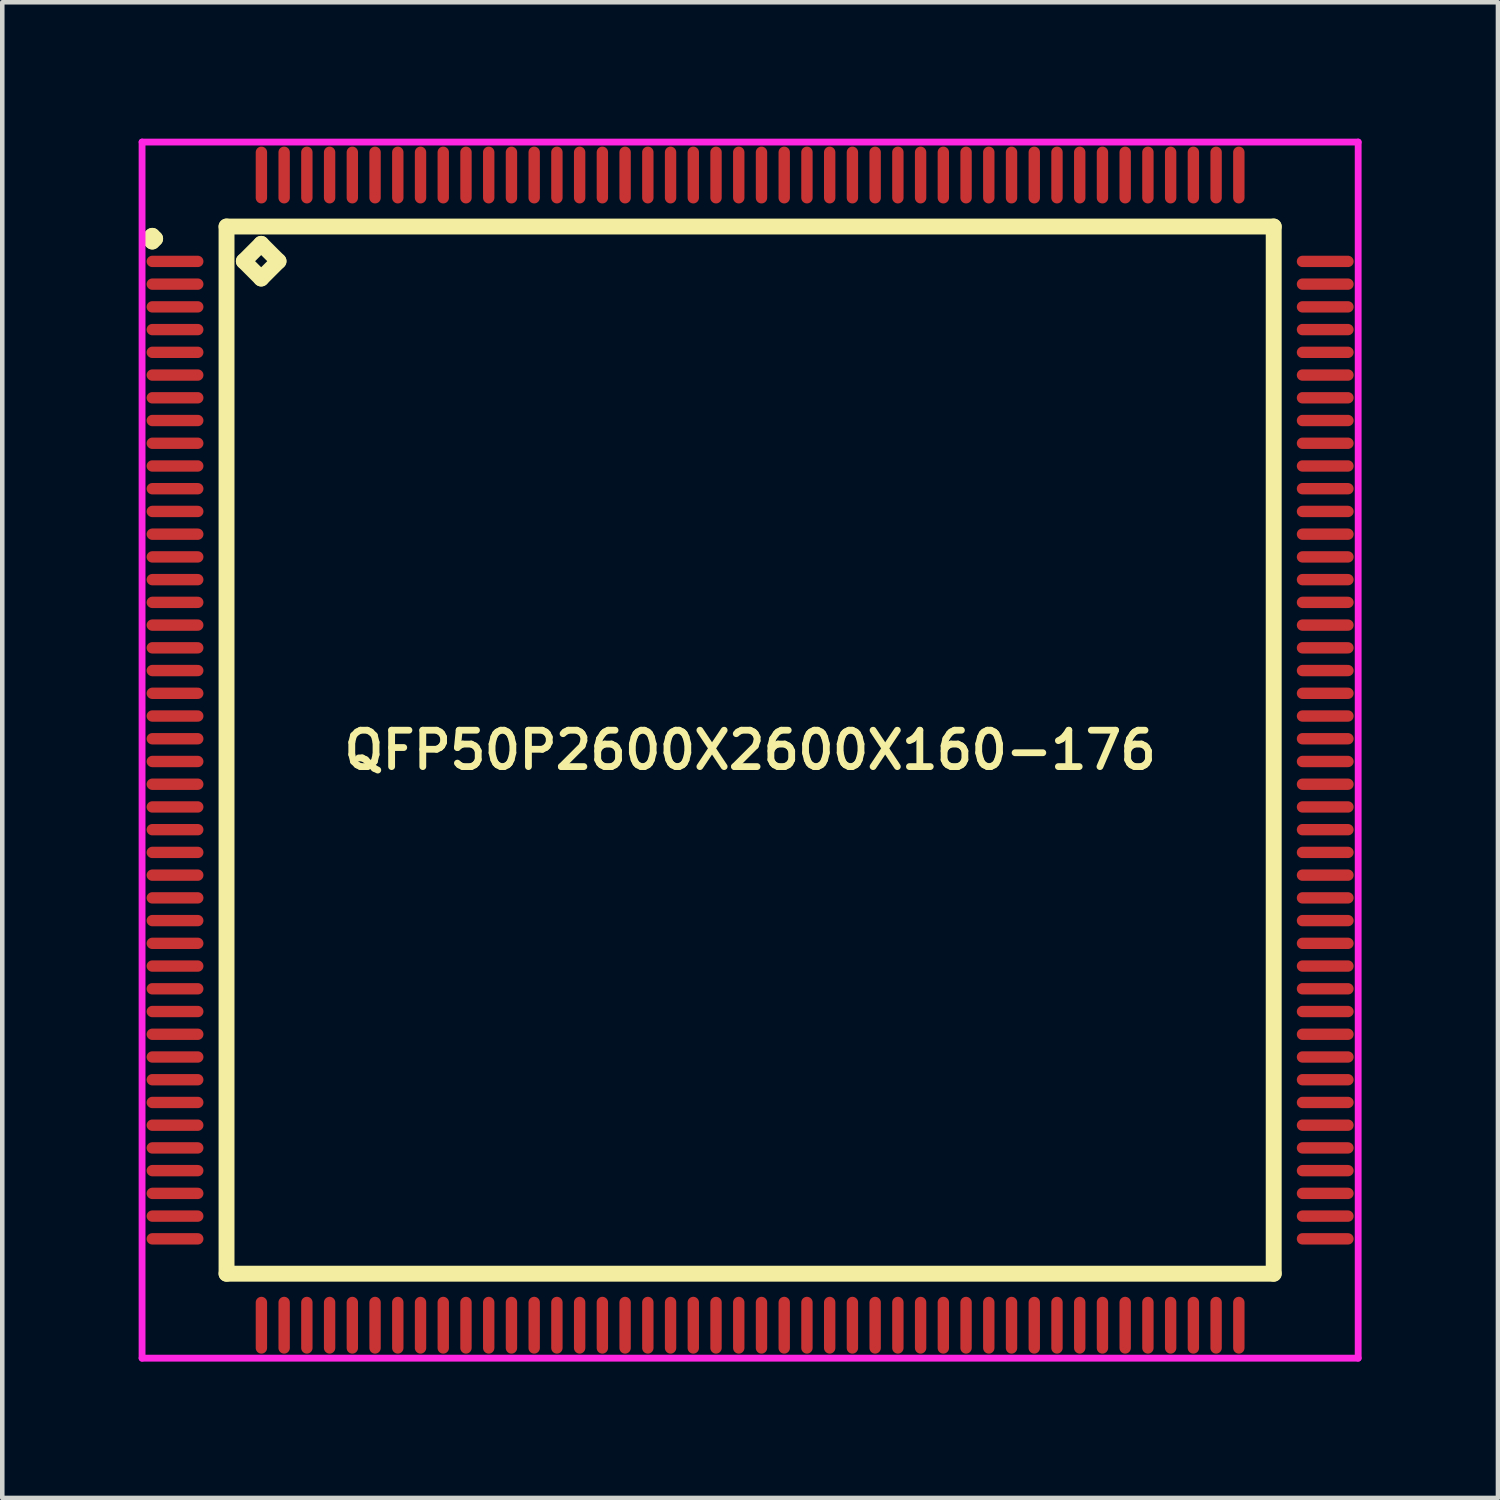
<source format=kicad_pcb>
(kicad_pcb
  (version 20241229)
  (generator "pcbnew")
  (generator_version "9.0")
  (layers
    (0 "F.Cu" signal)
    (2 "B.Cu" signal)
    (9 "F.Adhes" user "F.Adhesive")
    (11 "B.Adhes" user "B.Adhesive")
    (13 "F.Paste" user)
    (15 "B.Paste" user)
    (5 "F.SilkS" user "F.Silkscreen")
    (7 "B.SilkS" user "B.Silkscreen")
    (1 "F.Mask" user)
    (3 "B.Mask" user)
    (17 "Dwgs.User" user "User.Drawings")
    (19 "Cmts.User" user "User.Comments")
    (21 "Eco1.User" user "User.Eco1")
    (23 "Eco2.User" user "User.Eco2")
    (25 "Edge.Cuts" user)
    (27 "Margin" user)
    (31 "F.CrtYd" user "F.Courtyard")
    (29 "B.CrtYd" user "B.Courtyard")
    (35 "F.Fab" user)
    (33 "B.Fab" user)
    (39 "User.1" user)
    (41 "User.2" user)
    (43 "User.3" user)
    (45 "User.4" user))
  (footprint "QFP50P2600X2600X160-176"
    (layer "F.Cu")
    (at 13.45 13.45)
    (property "Reference" "QFP50P2600X2600X160-176" (at 0 0 0) (layer "F.SilkS") (effects (font (size 0.8 0.8) (thickness 0.15))))
    (attr through_hole)
    (fp_line (start -13.213 -11.25) (end -13.15 -11.312) (stroke (width 0.35) (type solid)) (layer "F.SilkS"))
    (fp_line (start -13.15 -11.312) (end -13.088 -11.25) (stroke (width 0.35) (type solid)) (layer "F.SilkS"))
    (fp_line (start -13.15 -11.188) (end -13.213 -11.25) (stroke (width 0.35) (type solid)) (layer "F.SilkS"))
    (fp_line (start -13.088 -11.25) (end -13.15 -11.188) (stroke (width 0.35) (type solid)) (layer "F.SilkS"))
    (fp_line (start -11.517 -11.517) (end -11.517 11.517) (stroke (width 0.35) (type solid)) (layer "F.SilkS"))
    (fp_line (start -11.517 11.517) (end 11.517 11.517) (stroke (width 0.35) (type solid)) (layer "F.SilkS"))
    (fp_line (start -11.136 -10.755) (end -10.755 -11.136) (stroke (width 0.35) (type solid)) (layer "F.SilkS"))
    (fp_line (start -10.755 -11.136) (end -10.374 -10.755) (stroke (width 0.35) (type solid)) (layer "F.SilkS"))
    (fp_line (start -10.755 -10.374) (end -11.136 -10.755) (stroke (width 0.35) (type solid)) (layer "F.SilkS"))
    (fp_line (start -10.374 -10.755) (end -10.755 -10.374) (stroke (width 0.35) (type solid)) (layer "F.SilkS"))
    (fp_line (start 11.517 -11.517) (end -11.517 -11.517) (stroke (width 0.35) (type solid)) (layer "F.SilkS"))
    (fp_line (start 11.517 11.517) (end 11.517 -11.517) (stroke (width 0.35) (type solid)) (layer "F.SilkS"))
    (fp_line (start -13.375 -13.375) (end 13.375 -13.375) (stroke (width 0.15) (type solid)) (layer "F.CrtYd"))
    (fp_line (start -13.375 13.375) (end -13.375 -13.375) (stroke (width 0.15) (type solid)) (layer "F.CrtYd"))
    (fp_line (start 13.375 -13.375) (end 13.375 13.375) (stroke (width 0.15) (type solid)) (layer "F.CrtYd"))
    (fp_line (start 13.375 13.375) (end -13.375 13.375) (stroke (width 0.15) (type solid)) (layer "F.CrtYd"))
    (pad "1" smd oval (at -12.65 -10.75) (size 1.25 0.25) (layers "F.Cu" "F.Mask" "F.Paste"))
    (pad "2" smd oval (at -12.65 -10.25) (size 1.25 0.25) (layers "F.Cu" "F.Mask" "F.Paste"))
    (pad "3" smd oval (at -12.65 -9.75) (size 1.25 0.25) (layers "F.Cu" "F.Mask" "F.Paste"))
    (pad "4" smd oval (at -12.65 -9.25) (size 1.25 0.25) (layers "F.Cu" "F.Mask" "F.Paste"))
    (pad "5" smd oval (at -12.65 -8.75) (size 1.25 0.25) (layers "F.Cu" "F.Mask" "F.Paste"))
    (pad "6" smd oval (at -12.65 -8.25) (size 1.25 0.25) (layers "F.Cu" "F.Mask" "F.Paste"))
    (pad "7" smd oval (at -12.65 -7.75) (size 1.25 0.25) (layers "F.Cu" "F.Mask" "F.Paste"))
    (pad "8" smd oval (at -12.65 -7.25) (size 1.25 0.25) (layers "F.Cu" "F.Mask" "F.Paste"))
    (pad "9" smd oval (at -12.65 -6.75) (size 1.25 0.25) (layers "F.Cu" "F.Mask" "F.Paste"))
    (pad "10" smd oval (at -12.65 -6.25) (size 1.25 0.25) (layers "F.Cu" "F.Mask" "F.Paste"))
    (pad "11" smd oval (at -12.65 -5.75) (size 1.25 0.25) (layers "F.Cu" "F.Mask" "F.Paste"))
    (pad "12" smd oval (at -12.65 -5.25) (size 1.25 0.25) (layers "F.Cu" "F.Mask" "F.Paste"))
    (pad "13" smd oval (at -12.65 -4.75) (size 1.25 0.25) (layers "F.Cu" "F.Mask" "F.Paste"))
    (pad "14" smd oval (at -12.65 -4.25) (size 1.25 0.25) (layers "F.Cu" "F.Mask" "F.Paste"))
    (pad "15" smd oval (at -12.65 -3.75) (size 1.25 0.25) (layers "F.Cu" "F.Mask" "F.Paste"))
    (pad "16" smd oval (at -12.65 -3.25) (size 1.25 0.25) (layers "F.Cu" "F.Mask" "F.Paste"))
    (pad "17" smd oval (at -12.65 -2.75) (size 1.25 0.25) (layers "F.Cu" "F.Mask" "F.Paste"))
    (pad "18" smd oval (at -12.65 -2.25) (size 1.25 0.25) (layers "F.Cu" "F.Mask" "F.Paste"))
    (pad "19" smd oval (at -12.65 -1.75) (size 1.25 0.25) (layers "F.Cu" "F.Mask" "F.Paste"))
    (pad "20" smd oval (at -12.65 -1.25) (size 1.25 0.25) (layers "F.Cu" "F.Mask" "F.Paste"))
    (pad "21" smd oval (at -12.65 -0.75) (size 1.25 0.25) (layers "F.Cu" "F.Mask" "F.Paste"))
    (pad "22" smd oval (at -12.65 -0.25) (size 1.25 0.25) (layers "F.Cu" "F.Mask" "F.Paste"))
    (pad "23" smd oval (at -12.65 0.25) (size 1.25 0.25) (layers "F.Cu" "F.Mask" "F.Paste"))
    (pad "24" smd oval (at -12.65 0.75) (size 1.25 0.25) (layers "F.Cu" "F.Mask" "F.Paste"))
    (pad "25" smd oval (at -12.65 1.25) (size 1.25 0.25) (layers "F.Cu" "F.Mask" "F.Paste"))
    (pad "26" smd oval (at -12.65 1.75) (size 1.25 0.25) (layers "F.Cu" "F.Mask" "F.Paste"))
    (pad "27" smd oval (at -12.65 2.25) (size 1.25 0.25) (layers "F.Cu" "F.Mask" "F.Paste"))
    (pad "28" smd oval (at -12.65 2.75) (size 1.25 0.25) (layers "F.Cu" "F.Mask" "F.Paste"))
    (pad "29" smd oval (at -12.65 3.25) (size 1.25 0.25) (layers "F.Cu" "F.Mask" "F.Paste"))
    (pad "30" smd oval (at -12.65 3.75) (size 1.25 0.25) (layers "F.Cu" "F.Mask" "F.Paste"))
    (pad "31" smd oval (at -12.65 4.25) (size 1.25 0.25) (layers "F.Cu" "F.Mask" "F.Paste"))
    (pad "32" smd oval (at -12.65 4.75) (size 1.25 0.25) (layers "F.Cu" "F.Mask" "F.Paste"))
    (pad "33" smd oval (at -12.65 5.25) (size 1.25 0.25) (layers "F.Cu" "F.Mask" "F.Paste"))
    (pad "34" smd oval (at -12.65 5.75) (size 1.25 0.25) (layers "F.Cu" "F.Mask" "F.Paste"))
    (pad "35" smd oval (at -12.65 6.25) (size 1.25 0.25) (layers "F.Cu" "F.Mask" "F.Paste"))
    (pad "36" smd oval (at -12.65 6.75) (size 1.25 0.25) (layers "F.Cu" "F.Mask" "F.Paste"))
    (pad "37" smd oval (at -12.65 7.25) (size 1.25 0.25) (layers "F.Cu" "F.Mask" "F.Paste"))
    (pad "38" smd oval (at -12.65 7.75) (size 1.25 0.25) (layers "F.Cu" "F.Mask" "F.Paste"))
    (pad "39" smd oval (at -12.65 8.25) (size 1.25 0.25) (layers "F.Cu" "F.Mask" "F.Paste"))
    (pad "40" smd oval (at -12.65 8.75) (size 1.25 0.25) (layers "F.Cu" "F.Mask" "F.Paste"))
    (pad "41" smd oval (at -12.65 9.25) (size 1.25 0.25) (layers "F.Cu" "F.Mask" "F.Paste"))
    (pad "42" smd oval (at -12.65 9.75) (size 1.25 0.25) (layers "F.Cu" "F.Mask" "F.Paste"))
    (pad "43" smd oval (at -12.65 10.25) (size 1.25 0.25) (layers "F.Cu" "F.Mask" "F.Paste"))
    (pad "44" smd oval (at -12.65 10.75) (size 1.25 0.25) (layers "F.Cu" "F.Mask" "F.Paste"))
    (pad "45" smd oval (at -10.75 12.65) (size 0.25 1.25) (layers "F.Cu" "F.Mask" "F.Paste"))
    (pad "46" smd oval (at -10.25 12.65) (size 0.25 1.25) (layers "F.Cu" "F.Mask" "F.Paste"))
    (pad "47" smd oval (at -9.75 12.65) (size 0.25 1.25) (layers "F.Cu" "F.Mask" "F.Paste"))
    (pad "48" smd oval (at -9.25 12.65) (size 0.25 1.25) (layers "F.Cu" "F.Mask" "F.Paste"))
    (pad "49" smd oval (at -8.75 12.65) (size 0.25 1.25) (layers "F.Cu" "F.Mask" "F.Paste"))
    (pad "50" smd oval (at -8.25 12.65) (size 0.25 1.25) (layers "F.Cu" "F.Mask" "F.Paste"))
    (pad "51" smd oval (at -7.75 12.65) (size 0.25 1.25) (layers "F.Cu" "F.Mask" "F.Paste"))
    (pad "52" smd oval (at -7.25 12.65) (size 0.25 1.25) (layers "F.Cu" "F.Mask" "F.Paste"))
    (pad "53" smd oval (at -6.75 12.65) (size 0.25 1.25) (layers "F.Cu" "F.Mask" "F.Paste"))
    (pad "54" smd oval (at -6.25 12.65) (size 0.25 1.25) (layers "F.Cu" "F.Mask" "F.Paste"))
    (pad "55" smd oval (at -5.75 12.65) (size 0.25 1.25) (layers "F.Cu" "F.Mask" "F.Paste"))
    (pad "56" smd oval (at -5.25 12.65) (size 0.25 1.25) (layers "F.Cu" "F.Mask" "F.Paste"))
    (pad "57" smd oval (at -4.75 12.65) (size 0.25 1.25) (layers "F.Cu" "F.Mask" "F.Paste"))
    (pad "58" smd oval (at -4.25 12.65) (size 0.25 1.25) (layers "F.Cu" "F.Mask" "F.Paste"))
    (pad "59" smd oval (at -3.75 12.65) (size 0.25 1.25) (layers "F.Cu" "F.Mask" "F.Paste"))
    (pad "60" smd oval (at -3.25 12.65) (size 0.25 1.25) (layers "F.Cu" "F.Mask" "F.Paste"))
    (pad "61" smd oval (at -2.75 12.65) (size 0.25 1.25) (layers "F.Cu" "F.Mask" "F.Paste"))
    (pad "62" smd oval (at -2.25 12.65) (size 0.25 1.25) (layers "F.Cu" "F.Mask" "F.Paste"))
    (pad "63" smd oval (at -1.75 12.65) (size 0.25 1.25) (layers "F.Cu" "F.Mask" "F.Paste"))
    (pad "64" smd oval (at -1.25 12.65) (size 0.25 1.25) (layers "F.Cu" "F.Mask" "F.Paste"))
    (pad "65" smd oval (at -0.75 12.65) (size 0.25 1.25) (layers "F.Cu" "F.Mask" "F.Paste"))
    (pad "66" smd oval (at -0.25 12.65) (size 0.25 1.25) (layers "F.Cu" "F.Mask" "F.Paste"))
    (pad "67" smd oval (at 0.25 12.65) (size 0.25 1.25) (layers "F.Cu" "F.Mask" "F.Paste"))
    (pad "68" smd oval (at 0.75 12.65) (size 0.25 1.25) (layers "F.Cu" "F.Mask" "F.Paste"))
    (pad "69" smd oval (at 1.25 12.65) (size 0.25 1.25) (layers "F.Cu" "F.Mask" "F.Paste"))
    (pad "70" smd oval (at 1.75 12.65) (size 0.25 1.25) (layers "F.Cu" "F.Mask" "F.Paste"))
    (pad "71" smd oval (at 2.25 12.65) (size 0.25 1.25) (layers "F.Cu" "F.Mask" "F.Paste"))
    (pad "72" smd oval (at 2.75 12.65) (size 0.25 1.25) (layers "F.Cu" "F.Mask" "F.Paste"))
    (pad "73" smd oval (at 3.25 12.65) (size 0.25 1.25) (layers "F.Cu" "F.Mask" "F.Paste"))
    (pad "74" smd oval (at 3.75 12.65) (size 0.25 1.25) (layers "F.Cu" "F.Mask" "F.Paste"))
    (pad "75" smd oval (at 4.25 12.65) (size 0.25 1.25) (layers "F.Cu" "F.Mask" "F.Paste"))
    (pad "76" smd oval (at 4.75 12.65) (size 0.25 1.25) (layers "F.Cu" "F.Mask" "F.Paste"))
    (pad "77" smd oval (at 5.25 12.65) (size 0.25 1.25) (layers "F.Cu" "F.Mask" "F.Paste"))
    (pad "78" smd oval (at 5.75 12.65) (size 0.25 1.25) (layers "F.Cu" "F.Mask" "F.Paste"))
    (pad "79" smd oval (at 6.25 12.65) (size 0.25 1.25) (layers "F.Cu" "F.Mask" "F.Paste"))
    (pad "80" smd oval (at 6.75 12.65) (size 0.25 1.25) (layers "F.Cu" "F.Mask" "F.Paste"))
    (pad "81" smd oval (at 7.25 12.65) (size 0.25 1.25) (layers "F.Cu" "F.Mask" "F.Paste"))
    (pad "82" smd oval (at 7.75 12.65) (size 0.25 1.25) (layers "F.Cu" "F.Mask" "F.Paste"))
    (pad "83" smd oval (at 8.25 12.65) (size 0.25 1.25) (layers "F.Cu" "F.Mask" "F.Paste"))
    (pad "84" smd oval (at 8.75 12.65) (size 0.25 1.25) (layers "F.Cu" "F.Mask" "F.Paste"))
    (pad "85" smd oval (at 9.25 12.65) (size 0.25 1.25) (layers "F.Cu" "F.Mask" "F.Paste"))
    (pad "86" smd oval (at 9.75 12.65) (size 0.25 1.25) (layers "F.Cu" "F.Mask" "F.Paste"))
    (pad "87" smd oval (at 10.25 12.65) (size 0.25 1.25) (layers "F.Cu" "F.Mask" "F.Paste"))
    (pad "88" smd oval (at 10.75 12.65) (size 0.25 1.25) (layers "F.Cu" "F.Mask" "F.Paste"))
    (pad "89" smd oval (at 12.65 10.75) (size 1.25 0.25) (layers "F.Cu" "F.Mask" "F.Paste"))
    (pad "90" smd oval (at 12.65 10.25) (size 1.25 0.25) (layers "F.Cu" "F.Mask" "F.Paste"))
    (pad "91" smd oval (at 12.65 9.75) (size 1.25 0.25) (layers "F.Cu" "F.Mask" "F.Paste"))
    (pad "92" smd oval (at 12.65 9.25) (size 1.25 0.25) (layers "F.Cu" "F.Mask" "F.Paste"))
    (pad "93" smd oval (at 12.65 8.75) (size 1.25 0.25) (layers "F.Cu" "F.Mask" "F.Paste"))
    (pad "94" smd oval (at 12.65 8.25) (size 1.25 0.25) (layers "F.Cu" "F.Mask" "F.Paste"))
    (pad "95" smd oval (at 12.65 7.75) (size 1.25 0.25) (layers "F.Cu" "F.Mask" "F.Paste"))
    (pad "96" smd oval (at 12.65 7.25) (size 1.25 0.25) (layers "F.Cu" "F.Mask" "F.Paste"))
    (pad "97" smd oval (at 12.65 6.75) (size 1.25 0.25) (layers "F.Cu" "F.Mask" "F.Paste"))
    (pad "98" smd oval (at 12.65 6.25) (size 1.25 0.25) (layers "F.Cu" "F.Mask" "F.Paste"))
    (pad "99" smd oval (at 12.65 5.75) (size 1.25 0.25) (layers "F.Cu" "F.Mask" "F.Paste"))
    (pad "100" smd oval (at 12.65 5.25) (size 1.25 0.25) (layers "F.Cu" "F.Mask" "F.Paste"))
    (pad "101" smd oval (at 12.65 4.75) (size 1.25 0.25) (layers "F.Cu" "F.Mask" "F.Paste"))
    (pad "102" smd oval (at 12.65 4.25) (size 1.25 0.25) (layers "F.Cu" "F.Mask" "F.Paste"))
    (pad "103" smd oval (at 12.65 3.75) (size 1.25 0.25) (layers "F.Cu" "F.Mask" "F.Paste"))
    (pad "104" smd oval (at 12.65 3.25) (size 1.25 0.25) (layers "F.Cu" "F.Mask" "F.Paste"))
    (pad "105" smd oval (at 12.65 2.75) (size 1.25 0.25) (layers "F.Cu" "F.Mask" "F.Paste"))
    (pad "106" smd oval (at 12.65 2.25) (size 1.25 0.25) (layers "F.Cu" "F.Mask" "F.Paste"))
    (pad "107" smd oval (at 12.65 1.75) (size 1.25 0.25) (layers "F.Cu" "F.Mask" "F.Paste"))
    (pad "108" smd oval (at 12.65 1.25) (size 1.25 0.25) (layers "F.Cu" "F.Mask" "F.Paste"))
    (pad "109" smd oval (at 12.65 0.75) (size 1.25 0.25) (layers "F.Cu" "F.Mask" "F.Paste"))
    (pad "110" smd oval (at 12.65 0.25) (size 1.25 0.25) (layers "F.Cu" "F.Mask" "F.Paste"))
    (pad "111" smd oval (at 12.65 -0.25) (size 1.25 0.25) (layers "F.Cu" "F.Mask" "F.Paste"))
    (pad "112" smd oval (at 12.65 -0.75) (size 1.25 0.25) (layers "F.Cu" "F.Mask" "F.Paste"))
    (pad "113" smd oval (at 12.65 -1.25) (size 1.25 0.25) (layers "F.Cu" "F.Mask" "F.Paste"))
    (pad "114" smd oval (at 12.65 -1.75) (size 1.25 0.25) (layers "F.Cu" "F.Mask" "F.Paste"))
    (pad "115" smd oval (at 12.65 -2.25) (size 1.25 0.25) (layers "F.Cu" "F.Mask" "F.Paste"))
    (pad "116" smd oval (at 12.65 -2.75) (size 1.25 0.25) (layers "F.Cu" "F.Mask" "F.Paste"))
    (pad "117" smd oval (at 12.65 -3.25) (size 1.25 0.25) (layers "F.Cu" "F.Mask" "F.Paste"))
    (pad "118" smd oval (at 12.65 -3.75) (size 1.25 0.25) (layers "F.Cu" "F.Mask" "F.Paste"))
    (pad "119" smd oval (at 12.65 -4.25) (size 1.25 0.25) (layers "F.Cu" "F.Mask" "F.Paste"))
    (pad "120" smd oval (at 12.65 -4.75) (size 1.25 0.25) (layers "F.Cu" "F.Mask" "F.Paste"))
    (pad "121" smd oval (at 12.65 -5.25) (size 1.25 0.25) (layers "F.Cu" "F.Mask" "F.Paste"))
    (pad "122" smd oval (at 12.65 -5.75) (size 1.25 0.25) (layers "F.Cu" "F.Mask" "F.Paste"))
    (pad "123" smd oval (at 12.65 -6.25) (size 1.25 0.25) (layers "F.Cu" "F.Mask" "F.Paste"))
    (pad "124" smd oval (at 12.65 -6.75) (size 1.25 0.25) (layers "F.Cu" "F.Mask" "F.Paste"))
    (pad "125" smd oval (at 12.65 -7.25) (size 1.25 0.25) (layers "F.Cu" "F.Mask" "F.Paste"))
    (pad "126" smd oval (at 12.65 -7.75) (size 1.25 0.25) (layers "F.Cu" "F.Mask" "F.Paste"))
    (pad "127" smd oval (at 12.65 -8.25) (size 1.25 0.25) (layers "F.Cu" "F.Mask" "F.Paste"))
    (pad "128" smd oval (at 12.65 -8.75) (size 1.25 0.25) (layers "F.Cu" "F.Mask" "F.Paste"))
    (pad "129" smd oval (at 12.65 -9.25) (size 1.25 0.25) (layers "F.Cu" "F.Mask" "F.Paste"))
    (pad "130" smd oval (at 12.65 -9.75) (size 1.25 0.25) (layers "F.Cu" "F.Mask" "F.Paste"))
    (pad "131" smd oval (at 12.65 -10.25) (size 1.25 0.25) (layers "F.Cu" "F.Mask" "F.Paste"))
    (pad "132" smd oval (at 12.65 -10.75) (size 1.25 0.25) (layers "F.Cu" "F.Mask" "F.Paste"))
    (pad "133" smd oval (at 10.75 -12.65) (size 0.25 1.25) (layers "F.Cu" "F.Mask" "F.Paste"))
    (pad "134" smd oval (at 10.25 -12.65) (size 0.25 1.25) (layers "F.Cu" "F.Mask" "F.Paste"))
    (pad "135" smd oval (at 9.75 -12.65) (size 0.25 1.25) (layers "F.Cu" "F.Mask" "F.Paste"))
    (pad "136" smd oval (at 9.25 -12.65) (size 0.25 1.25) (layers "F.Cu" "F.Mask" "F.Paste"))
    (pad "137" smd oval (at 8.75 -12.65) (size 0.25 1.25) (layers "F.Cu" "F.Mask" "F.Paste"))
    (pad "138" smd oval (at 8.25 -12.65) (size 0.25 1.25) (layers "F.Cu" "F.Mask" "F.Paste"))
    (pad "139" smd oval (at 7.75 -12.65) (size 0.25 1.25) (layers "F.Cu" "F.Mask" "F.Paste"))
    (pad "140" smd oval (at 7.25 -12.65) (size 0.25 1.25) (layers "F.Cu" "F.Mask" "F.Paste"))
    (pad "141" smd oval (at 6.75 -12.65) (size 0.25 1.25) (layers "F.Cu" "F.Mask" "F.Paste"))
    (pad "142" smd oval (at 6.25 -12.65) (size 0.25 1.25) (layers "F.Cu" "F.Mask" "F.Paste"))
    (pad "143" smd oval (at 5.75 -12.65) (size 0.25 1.25) (layers "F.Cu" "F.Mask" "F.Paste"))
    (pad "144" smd oval (at 5.25 -12.65) (size 0.25 1.25) (layers "F.Cu" "F.Mask" "F.Paste"))
    (pad "145" smd oval (at 4.75 -12.65) (size 0.25 1.25) (layers "F.Cu" "F.Mask" "F.Paste"))
    (pad "146" smd oval (at 4.25 -12.65) (size 0.25 1.25) (layers "F.Cu" "F.Mask" "F.Paste"))
    (pad "147" smd oval (at 3.75 -12.65) (size 0.25 1.25) (layers "F.Cu" "F.Mask" "F.Paste"))
    (pad "148" smd oval (at 3.25 -12.65) (size 0.25 1.25) (layers "F.Cu" "F.Mask" "F.Paste"))
    (pad "149" smd oval (at 2.75 -12.65) (size 0.25 1.25) (layers "F.Cu" "F.Mask" "F.Paste"))
    (pad "150" smd oval (at 2.25 -12.65) (size 0.25 1.25) (layers "F.Cu" "F.Mask" "F.Paste"))
    (pad "151" smd oval (at 1.75 -12.65) (size 0.25 1.25) (layers "F.Cu" "F.Mask" "F.Paste"))
    (pad "152" smd oval (at 1.25 -12.65) (size 0.25 1.25) (layers "F.Cu" "F.Mask" "F.Paste"))
    (pad "153" smd oval (at 0.75 -12.65) (size 0.25 1.25) (layers "F.Cu" "F.Mask" "F.Paste"))
    (pad "154" smd oval (at 0.25 -12.65) (size 0.25 1.25) (layers "F.Cu" "F.Mask" "F.Paste"))
    (pad "155" smd oval (at -0.25 -12.65) (size 0.25 1.25) (layers "F.Cu" "F.Mask" "F.Paste"))
    (pad "156" smd oval (at -0.75 -12.65) (size 0.25 1.25) (layers "F.Cu" "F.Mask" "F.Paste"))
    (pad "157" smd oval (at -1.25 -12.65) (size 0.25 1.25) (layers "F.Cu" "F.Mask" "F.Paste"))
    (pad "158" smd oval (at -1.75 -12.65) (size 0.25 1.25) (layers "F.Cu" "F.Mask" "F.Paste"))
    (pad "159" smd oval (at -2.25 -12.65) (size 0.25 1.25) (layers "F.Cu" "F.Mask" "F.Paste"))
    (pad "160" smd oval (at -2.75 -12.65) (size 0.25 1.25) (layers "F.Cu" "F.Mask" "F.Paste"))
    (pad "161" smd oval (at -3.25 -12.65) (size 0.25 1.25) (layers "F.Cu" "F.Mask" "F.Paste"))
    (pad "162" smd oval (at -3.75 -12.65) (size 0.25 1.25) (layers "F.Cu" "F.Mask" "F.Paste"))
    (pad "163" smd oval (at -4.25 -12.65) (size 0.25 1.25) (layers "F.Cu" "F.Mask" "F.Paste"))
    (pad "164" smd oval (at -4.75 -12.65) (size 0.25 1.25) (layers "F.Cu" "F.Mask" "F.Paste"))
    (pad "165" smd oval (at -5.25 -12.65) (size 0.25 1.25) (layers "F.Cu" "F.Mask" "F.Paste"))
    (pad "166" smd oval (at -5.75 -12.65) (size 0.25 1.25) (layers "F.Cu" "F.Mask" "F.Paste"))
    (pad "167" smd oval (at -6.25 -12.65) (size 0.25 1.25) (layers "F.Cu" "F.Mask" "F.Paste"))
    (pad "168" smd oval (at -6.75 -12.65) (size 0.25 1.25) (layers "F.Cu" "F.Mask" "F.Paste"))
    (pad "169" smd oval (at -7.25 -12.65) (size 0.25 1.25) (layers "F.Cu" "F.Mask" "F.Paste"))
    (pad "170" smd oval (at -7.75 -12.65) (size 0.25 1.25) (layers "F.Cu" "F.Mask" "F.Paste"))
    (pad "171" smd oval (at -8.25 -12.65) (size 0.25 1.25) (layers "F.Cu" "F.Mask" "F.Paste"))
    (pad "172" smd oval (at -8.75 -12.65) (size 0.25 1.25) (layers "F.Cu" "F.Mask" "F.Paste"))
    (pad "173" smd oval (at -9.25 -12.65) (size 0.25 1.25) (layers "F.Cu" "F.Mask" "F.Paste"))
    (pad "174" smd oval (at -9.75 -12.65) (size 0.25 1.25) (layers "F.Cu" "F.Mask" "F.Paste"))
    (pad "175" smd oval (at -10.25 -12.65) (size 0.25 1.25) (layers "F.Cu" "F.Mask" "F.Paste"))
    (pad "176" smd oval (at -10.75 -12.65) (size 0.25 1.25) (layers "F.Cu" "F.Mask" "F.Paste")))
  (gr_rect
    (start -3 -3)
    (end 29.9 29.9)
    (stroke (width 0.1) (type default))
    (fill no)
    (layer "Edge.Cuts")))
</source>
